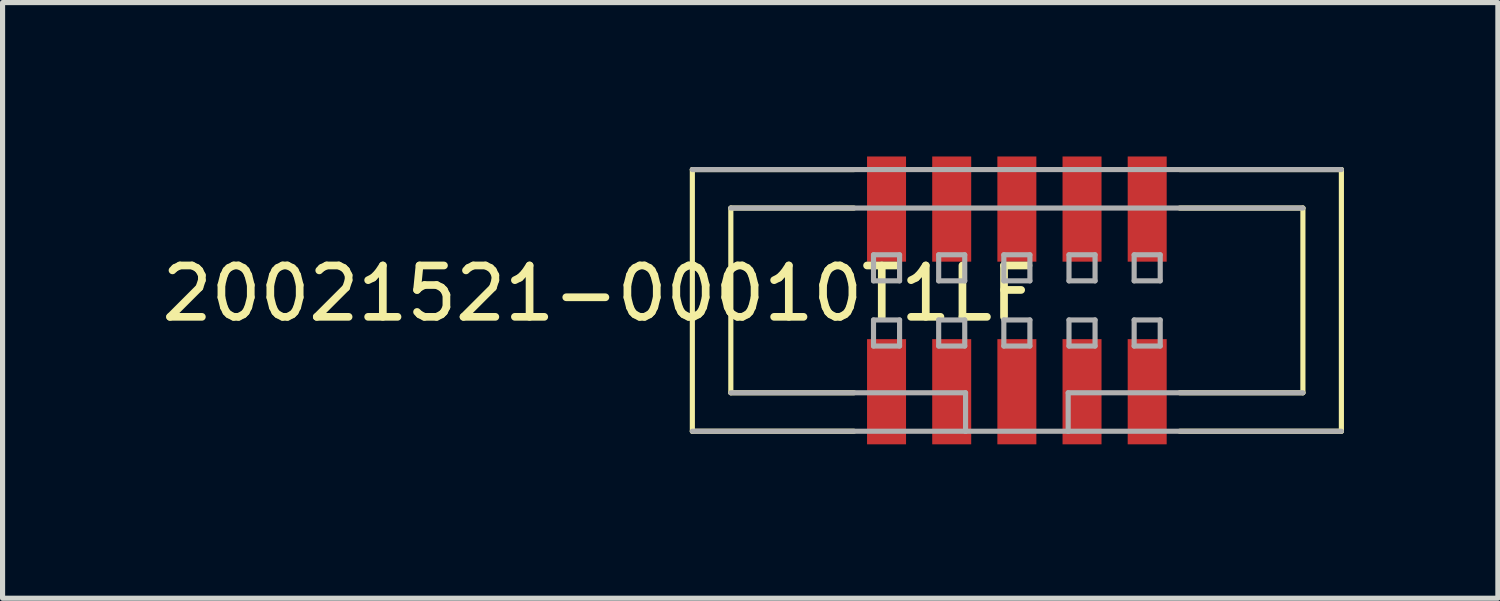
<source format=kicad_pcb>
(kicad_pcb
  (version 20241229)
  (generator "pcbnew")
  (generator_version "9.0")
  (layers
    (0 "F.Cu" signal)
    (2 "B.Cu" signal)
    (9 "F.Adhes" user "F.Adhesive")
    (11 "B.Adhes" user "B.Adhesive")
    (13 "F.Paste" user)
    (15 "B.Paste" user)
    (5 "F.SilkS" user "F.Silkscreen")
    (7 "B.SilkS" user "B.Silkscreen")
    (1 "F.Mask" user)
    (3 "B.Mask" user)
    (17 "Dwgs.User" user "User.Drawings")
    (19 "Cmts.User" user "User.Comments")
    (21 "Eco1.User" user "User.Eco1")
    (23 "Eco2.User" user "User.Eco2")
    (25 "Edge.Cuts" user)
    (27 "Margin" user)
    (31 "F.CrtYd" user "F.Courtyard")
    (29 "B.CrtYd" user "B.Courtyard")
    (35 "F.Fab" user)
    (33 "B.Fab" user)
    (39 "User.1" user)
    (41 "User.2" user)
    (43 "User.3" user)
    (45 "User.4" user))
  (footprint "20021521-00010T1LF"
    (layer "F.Cu")
    (at 16.769 2.805)
    (property "Reference" "20021521-00010T1LF" (at -8.139 -0.135 180) (layer "F.SilkS") (effects (font (size 1.001 1.001) (thickness 0.15))))
    (attr through_hole)
    (fp_line (start -6.325 -2.55) (end -6.325 2.55) (stroke (width 0.1) (type solid)) (layer "F.SilkS"))
    (fp_line (start -5.575 -1.8) (end -5.575 1.8) (stroke (width 0.1) (type solid)) (layer "F.SilkS"))
    (fp_line (start -5.575 1.8) (end -3.175 1.8) (stroke (width 0.1) (type solid)) (layer "F.SilkS"))
    (fp_line (start -3.175 -2.55) (end -6.325 -2.55) (stroke (width 0.1) (type solid)) (layer "F.SilkS"))
    (fp_line (start -3.175 -1.8) (end -5.575 -1.8) (stroke (width 0.1) (type solid)) (layer "F.SilkS"))
    (fp_line (start -3.175 2.55) (end -6.325 2.55) (stroke (width 0.1) (type solid)) (layer "F.SilkS"))
    (fp_line (start 3.175 1.8) (end 5.575 1.8) (stroke (width 0.1) (type solid)) (layer "F.SilkS"))
    (fp_line (start 3.175 2.55) (end 6.325 2.55) (stroke (width 0.1) (type solid)) (layer "F.SilkS"))
    (fp_line (start 5.575 -1.8) (end 3.175 -1.8) (stroke (width 0.1) (type solid)) (layer "F.SilkS"))
    (fp_line (start 5.575 1.8) (end 5.575 -1.8) (stroke (width 0.1) (type solid)) (layer "F.SilkS"))
    (fp_line (start 6.325 -2.55) (end 3.175 -2.55) (stroke (width 0.1) (type solid)) (layer "F.SilkS"))
    (fp_line (start 6.325 2.55) (end 6.325 -2.55) (stroke (width 0.1) (type solid)) (layer "F.SilkS"))
    (fp_line (start -6.325 2.55) (end -1 2.55) (stroke (width 0.1) (type solid)) (layer "F.Fab"))
    (fp_line (start -5.575 1.8) (end -1 1.8) (stroke (width 0.1) (type solid)) (layer "F.Fab"))
    (fp_line (start -2.794 -0.889) (end -2.794 -0.381) (stroke (width 0.1) (type solid)) (layer "F.Fab"))
    (fp_line (start -2.794 -0.381) (end -2.286 -0.381) (stroke (width 0.1) (type solid)) (layer "F.Fab"))
    (fp_line (start -2.794 0.381) (end -2.794 0.889) (stroke (width 0.1) (type solid)) (layer "F.Fab"))
    (fp_line (start -2.794 0.889) (end -2.286 0.889) (stroke (width 0.1) (type solid)) (layer "F.Fab"))
    (fp_line (start -2.286 -0.889) (end -2.794 -0.889) (stroke (width 0.1) (type solid)) (layer "F.Fab"))
    (fp_line (start -2.286 -0.381) (end -2.286 -0.889) (stroke (width 0.1) (type solid)) (layer "F.Fab"))
    (fp_line (start -2.286 0.381) (end -2.794 0.381) (stroke (width 0.1) (type solid)) (layer "F.Fab"))
    (fp_line (start -2.286 0.889) (end -2.286 0.381) (stroke (width 0.1) (type solid)) (layer "F.Fab"))
    (fp_line (start -1.524 -0.889) (end -1.524 -0.381) (stroke (width 0.1) (type solid)) (layer "F.Fab"))
    (fp_line (start -1.524 -0.381) (end -1.016 -0.381) (stroke (width 0.1) (type solid)) (layer "F.Fab"))
    (fp_line (start -1.524 0.381) (end -1.524 0.889) (stroke (width 0.1) (type solid)) (layer "F.Fab"))
    (fp_line (start -1.524 0.889) (end -1.016 0.889) (stroke (width 0.1) (type solid)) (layer "F.Fab"))
    (fp_line (start -1.016 -0.889) (end -1.524 -0.889) (stroke (width 0.1) (type solid)) (layer "F.Fab"))
    (fp_line (start -1.016 -0.381) (end -1.016 -0.889) (stroke (width 0.1) (type solid)) (layer "F.Fab"))
    (fp_line (start -1.016 0.381) (end -1.524 0.381) (stroke (width 0.1) (type solid)) (layer "F.Fab"))
    (fp_line (start -1.016 0.889) (end -1.016 0.381) (stroke (width 0.1) (type solid)) (layer "F.Fab"))
    (fp_line (start -1 1.8) (end -1 2.55) (stroke (width 0.1) (type solid)) (layer "F.Fab"))
    (fp_line (start -1 2.55) (end 1 2.55) (stroke (width 0.1) (type solid)) (layer "F.Fab"))
    (fp_line (start -0.254 -0.889) (end -0.254 -0.381) (stroke (width 0.1) (type solid)) (layer "F.Fab"))
    (fp_line (start -0.254 -0.381) (end 0.254 -0.381) (stroke (width 0.1) (type solid)) (layer "F.Fab"))
    (fp_line (start -0.254 0.381) (end -0.254 0.889) (stroke (width 0.1) (type solid)) (layer "F.Fab"))
    (fp_line (start -0.254 0.889) (end 0.254 0.889) (stroke (width 0.1) (type solid)) (layer "F.Fab"))
    (fp_line (start 0.254 -0.889) (end -0.254 -0.889) (stroke (width 0.1) (type solid)) (layer "F.Fab"))
    (fp_line (start 0.254 -0.381) (end 0.254 -0.889) (stroke (width 0.1) (type solid)) (layer "F.Fab"))
    (fp_line (start 0.254 0.381) (end -0.254 0.381) (stroke (width 0.1) (type solid)) (layer "F.Fab"))
    (fp_line (start 0.254 0.889) (end 0.254 0.381) (stroke (width 0.1) (type solid)) (layer "F.Fab"))
    (fp_line (start 1 1.8) (end 5.575 1.8) (stroke (width 0.1) (type solid)) (layer "F.Fab"))
    (fp_line (start 1 2.55) (end 1 1.8) (stroke (width 0.1) (type solid)) (layer "F.Fab"))
    (fp_line (start 1 2.55) (end 6.325 2.55) (stroke (width 0.1) (type solid)) (layer "F.Fab"))
    (fp_line (start 1.016 -0.889) (end 1.016 -0.381) (stroke (width 0.1) (type solid)) (layer "F.Fab"))
    (fp_line (start 1.016 -0.381) (end 1.524 -0.381) (stroke (width 0.1) (type solid)) (layer "F.Fab"))
    (fp_line (start 1.016 0.381) (end 1.016 0.889) (stroke (width 0.1) (type solid)) (layer "F.Fab"))
    (fp_line (start 1.016 0.889) (end 1.524 0.889) (stroke (width 0.1) (type solid)) (layer "F.Fab"))
    (fp_line (start 1.524 -0.889) (end 1.016 -0.889) (stroke (width 0.1) (type solid)) (layer "F.Fab"))
    (fp_line (start 1.524 -0.381) (end 1.524 -0.889) (stroke (width 0.1) (type solid)) (layer "F.Fab"))
    (fp_line (start 1.524 0.381) (end 1.016 0.381) (stroke (width 0.1) (type solid)) (layer "F.Fab"))
    (fp_line (start 1.524 0.889) (end 1.524 0.381) (stroke (width 0.1) (type solid)) (layer "F.Fab"))
    (fp_line (start 2.286 -0.889) (end 2.286 -0.381) (stroke (width 0.1) (type solid)) (layer "F.Fab"))
    (fp_line (start 2.286 -0.381) (end 2.794 -0.381) (stroke (width 0.1) (type solid)) (layer "F.Fab"))
    (fp_line (start 2.286 0.381) (end 2.286 0.889) (stroke (width 0.1) (type solid)) (layer "F.Fab"))
    (fp_line (start 2.286 0.889) (end 2.794 0.889) (stroke (width 0.1) (type solid)) (layer "F.Fab"))
    (fp_line (start 2.794 -0.889) (end 2.286 -0.889) (stroke (width 0.1) (type solid)) (layer "F.Fab"))
    (fp_line (start 2.794 -0.381) (end 2.794 -0.889) (stroke (width 0.1) (type solid)) (layer "F.Fab"))
    (fp_line (start 2.794 0.381) (end 2.286 0.381) (stroke (width 0.1) (type solid)) (layer "F.Fab"))
    (fp_line (start 2.794 0.889) (end 2.794 0.381) (stroke (width 0.1) (type solid)) (layer "F.Fab"))
    (fp_line (start 5.575 -1.8) (end -5.575 -1.8) (stroke (width 0.1) (type solid)) (layer "F.Fab"))
    (fp_line (start 6.325 -2.55) (end -6.325 -2.55) (stroke (width 0.1) (type solid)) (layer "F.Fab"))
    (pad "1" smd rect (at -2.54 1.78) (size 0.76 2.05) (layers "F.Cu" "F.Mask" "F.Paste"))
    (pad "2" smd rect (at -2.54 -1.78) (size 0.76 2.05) (layers "F.Cu" "F.Mask" "F.Paste"))
    (pad "3" smd rect (at -1.27 1.78) (size 0.76 2.05) (layers "F.Cu" "F.Mask" "F.Paste"))
    (pad "4" smd rect (at -1.27 -1.78) (size 0.76 2.05) (layers "F.Cu" "F.Mask" "F.Paste"))
    (pad "5" smd rect (at 0 1.78) (size 0.76 2.05) (layers "F.Cu" "F.Mask" "F.Paste"))
    (pad "6" smd rect (at 0 -1.78) (size 0.76 2.05) (layers "F.Cu" "F.Mask" "F.Paste"))
    (pad "7" smd rect (at 1.27 1.78) (size 0.76 2.05) (layers "F.Cu" "F.Mask" "F.Paste"))
    (pad "8" smd rect (at 1.27 -1.78) (size 0.76 2.05) (layers "F.Cu" "F.Mask" "F.Paste"))
    (pad "9" smd rect (at 2.54 1.78) (size 0.76 2.05) (layers "F.Cu" "F.Mask" "F.Paste"))
    (pad "10" smd rect (at 2.54 -1.78) (size 0.76 2.05) (layers "F.Cu" "F.Mask" "F.Paste")))
  (gr_rect
    (start -3 -3)
    (end 26.144 8.61)
    (stroke (width 0.1) (type default))
    (fill no)
    (layer "Edge.Cuts")))
</source>
